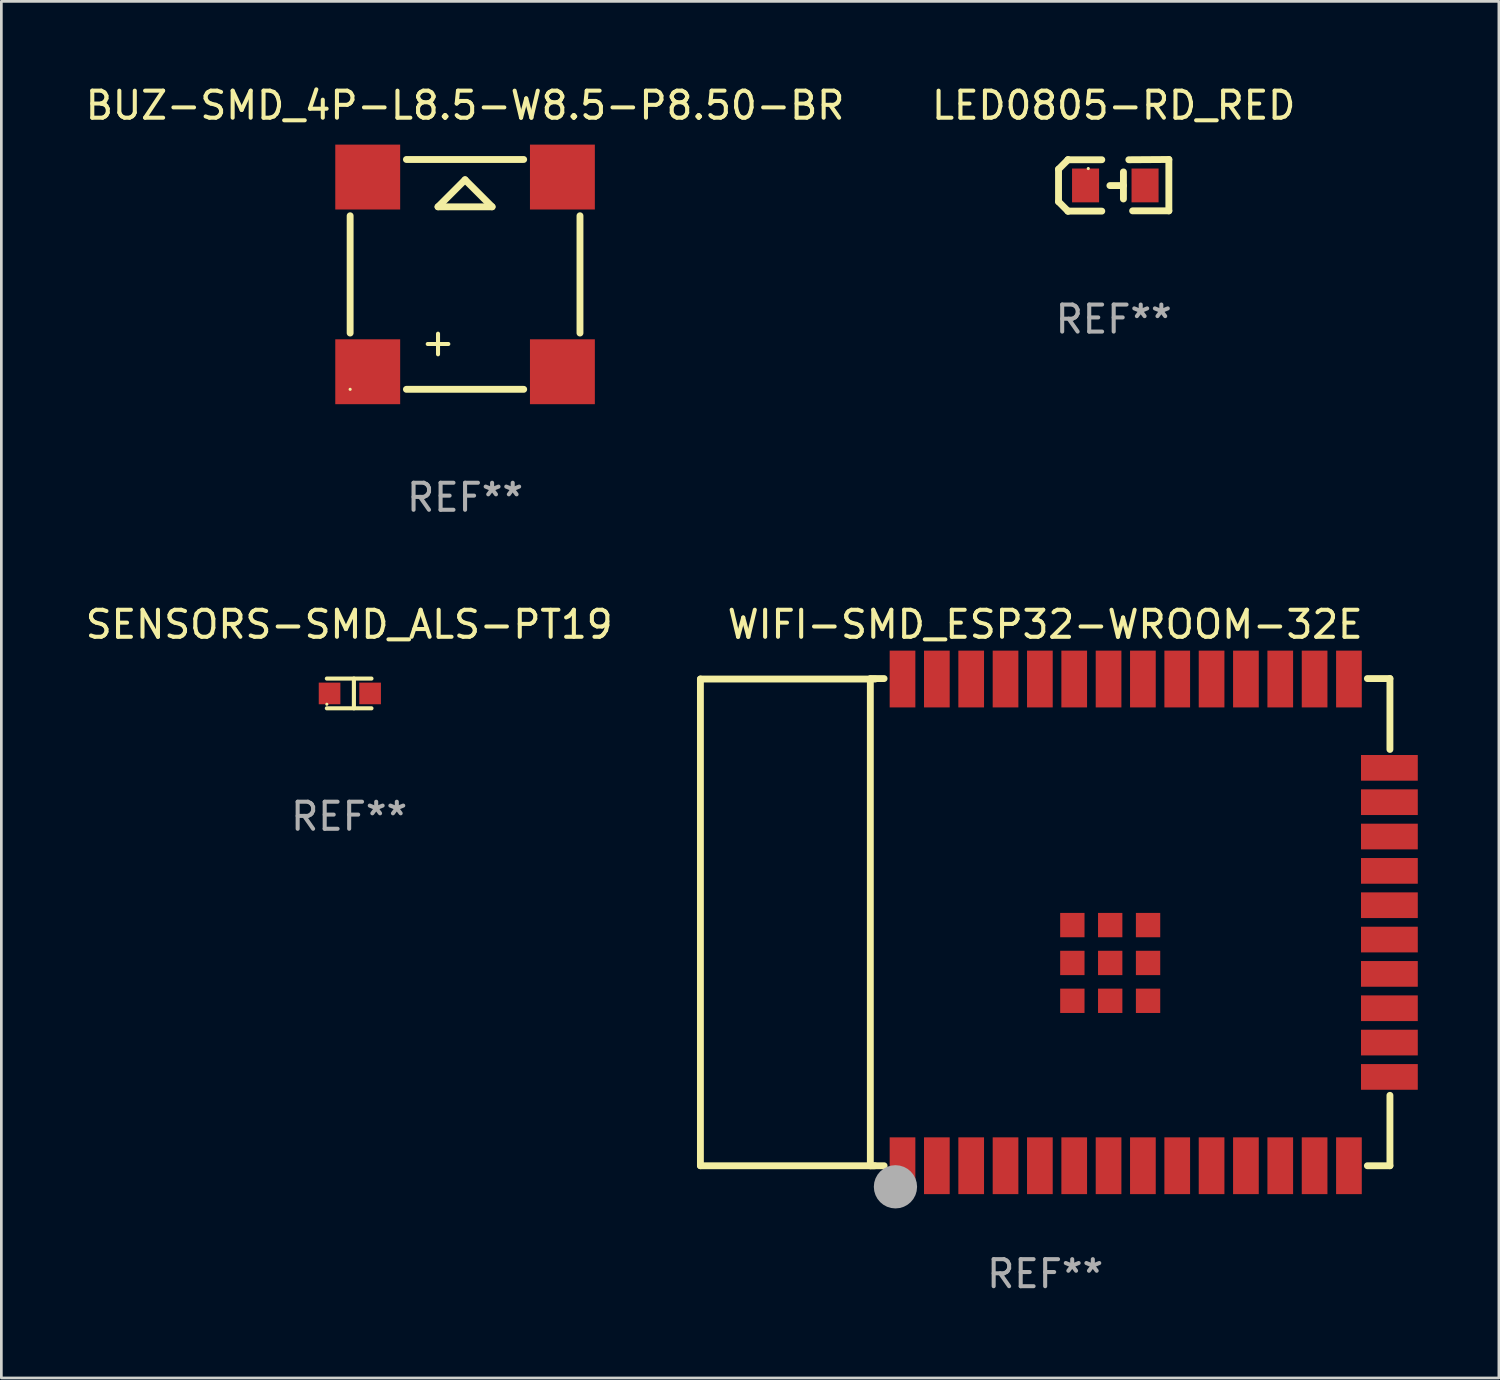
<source format=kicad_pcb>
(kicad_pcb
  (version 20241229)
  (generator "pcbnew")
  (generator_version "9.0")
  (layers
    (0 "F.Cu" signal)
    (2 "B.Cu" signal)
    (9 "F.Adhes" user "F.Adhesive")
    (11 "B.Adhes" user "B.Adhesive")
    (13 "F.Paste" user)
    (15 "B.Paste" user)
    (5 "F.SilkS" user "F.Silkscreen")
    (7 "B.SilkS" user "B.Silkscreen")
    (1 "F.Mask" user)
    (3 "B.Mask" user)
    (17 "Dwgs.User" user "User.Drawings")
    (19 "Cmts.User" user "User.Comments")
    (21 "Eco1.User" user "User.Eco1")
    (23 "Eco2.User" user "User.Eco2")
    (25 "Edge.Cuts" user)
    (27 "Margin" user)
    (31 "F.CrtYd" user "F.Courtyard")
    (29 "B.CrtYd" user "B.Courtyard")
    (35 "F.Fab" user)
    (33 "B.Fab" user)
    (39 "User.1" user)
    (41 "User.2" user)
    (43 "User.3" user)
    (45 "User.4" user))
  (footprint "BUZ-SMD_4P-L8.5-W8.5-P8.50-BR"
    (layer "F.Cu")
    (at 14.149 7.098)
    (property "Reference" "BUZ-SMD_4P-L8.5-W8.5-P8.50-BR" (at 0.000127 -6.25 0) (layer "F.SilkS") (effects (font (size 1 1) (thickness 0.15))))
    (attr through_hole)
    (fp_line (start -4.25 2.169) (end -4.25 -2.169) (stroke (width 0.254) (type solid)) (layer "F.SilkS"))
    (fp_line (start -2.169 -4.25) (end 2.168 -4.25) (stroke (width 0.254) (type solid)) (layer "F.SilkS"))
    (fp_line (start -1 -2.5) (end 1 -2.5) (stroke (width 0.254) (type solid)) (layer "F.SilkS"))
    (fp_line (start 0 -3.5) (end -1 -2.5) (stroke (width 0.254) (type solid)) (layer "F.SilkS"))
    (fp_line (start 1 -2.5) (end 0 -3.5) (stroke (width 0.254) (type solid)) (layer "F.SilkS"))
    (fp_line (start 2.169 4.25) (end -2.169 4.25) (stroke (width 0.254) (type solid)) (layer "F.SilkS"))
    (fp_line (start 4.25 -2.169) (end 4.25 2.169) (stroke (width 0.254) (type solid)) (layer "F.SilkS"))
    (fp_circle (center -4.25 4.25) (end -4.22 4.25) (stroke (width 0.06) (type solid)) (fill no) (layer "F.SilkS"))
    (fp_text user "+" (at -1 2.5 0) (layer "F.SilkS") (effects (font (size 1 1) (thickness 0.15))))
    (fp_text user "REF**" (at 0.000127 8.25 0) (layer "F.Fab") (effects (font (size 1 1) (thickness 0.15))))
    (pad "1" smd rect (at -3.6 3.6) (size 2.4 2.4) (layers "F.Cu" "F.Mask" "F.Paste"))
    (pad "2" smd rect (at 3.6 3.6) (size 2.4 2.4) (layers "F.Cu" "F.Mask" "F.Paste"))
    (pad "3" smd rect (at 3.6 -3.6) (size 2.4 2.4) (layers "F.Cu" "F.Mask" "F.Paste"))
    (pad "4" smd rect (at -3.6 -3.6) (size 2.4 2.4) (layers "F.Cu" "F.Mask" "F.Paste")))
  (footprint "WIFI-SMD_ESP32-WROOM-32E"
    (layer "F.Cu")
    (at 39.33 31.062)
    (property "Reference" "WIFI-SMD_ESP32-WROOM-32E" (at -3.727 -11.017 0) (layer "F.SilkS") (effects (font (size 1 1) (thickness 0.15))))
    (attr through_hole)
    (fp_line (start -16.477 -9) (end -16.477 9) (stroke (width 0.254) (type solid)) (layer "F.SilkS"))
    (fp_line (start -16.477 -9) (end -10.011 -9) (stroke (width 0.254) (type solid)) (layer "F.SilkS"))
    (fp_line (start -16.477 9) (end -10.027 9) (stroke (width 0.254) (type solid)) (layer "F.SilkS"))
    (fp_line (start -10.193 -9) (end -10.193 9) (stroke (width 0.254) (type solid)) (layer "F.SilkS"))
    (fp_line (start -10.193 9) (end -9.684 9) (stroke (width 0.254) (type solid)) (layer "F.SilkS"))
    (fp_line (start -9.684 -9.017) (end -10.193 -9.017) (stroke (width 0.254) (type solid)) (layer "F.SilkS"))
    (fp_line (start 8.189 9) (end 9.023 9) (stroke (width 0.254) (type solid)) (layer "F.SilkS"))
    (fp_line (start 9.023 -9.017) (end 8.189 -9.017) (stroke (width 0.254) (type solid)) (layer "F.SilkS"))
    (fp_line (start 9.023 -6.396) (end 9.023 -9.017) (stroke (width 0.254) (type solid)) (layer "F.SilkS"))
    (fp_line (start 9.023 9) (end 9.023 6.396) (stroke (width 0.254) (type solid)) (layer "F.SilkS"))
    (fp_circle (center -16.528 9) (end -16.498 9) (stroke (width 0.06) (type solid)) (fill no) (layer "F.SilkS"))
    (fp_circle (center -9.264 9.779) (end -8.864 9.779) (stroke (width 0.8) (type solid)) (fill no) (layer "F.Fab"))
    (fp_text user "REF**" (at -3.727 13 0) (layer "F.Fab") (effects (font (size 1 1) (thickness 0.15))))
    (pad "1" smd rect (at -9.003 9) (size 0.95 2.1) (layers "F.Cu" "F.Mask" "F.Paste"))
    (pad "2" smd rect (at -7.733 9) (size 0.95 2.1) (layers "F.Cu" "F.Mask" "F.Paste"))
    (pad "3" smd rect (at -6.463 9) (size 0.95 2.1) (layers "F.Cu" "F.Mask" "F.Paste"))
    (pad "4" smd rect (at -5.193 9) (size 0.95 2.1) (layers "F.Cu" "F.Mask" "F.Paste"))
    (pad "5" smd rect (at -3.923 9) (size 0.95 2.1) (layers "F.Cu" "F.Mask" "F.Paste"))
    (pad "6" smd rect (at -2.653 9) (size 0.95 2.1) (layers "F.Cu" "F.Mask" "F.Paste"))
    (pad "7" smd rect (at -1.383 9) (size 0.95 2.1) (layers "F.Cu" "F.Mask" "F.Paste"))
    (pad "8" smd rect (at -0.113 9) (size 0.95 2.1) (layers "F.Cu" "F.Mask" "F.Paste"))
    (pad "9" smd rect (at 1.157 9) (size 0.95 2.1) (layers "F.Cu" "F.Mask" "F.Paste"))
    (pad "10" smd rect (at 2.427 9) (size 0.95 2.1) (layers "F.Cu" "F.Mask" "F.Paste"))
    (pad "11" smd rect (at 3.697 9) (size 0.95 2.1) (layers "F.Cu" "F.Mask" "F.Paste"))
    (pad "12" smd rect (at 4.967 9) (size 0.95 2.1) (layers "F.Cu" "F.Mask" "F.Paste"))
    (pad "13" smd rect (at 6.237 9) (size 0.95 2.1) (layers "F.Cu" "F.Mask" "F.Paste"))
    (pad "14" smd rect (at 7.507 9) (size 0.95 2.1) (layers "F.Cu" "F.Mask" "F.Paste"))
    (pad "15" smd rect (at 9.003 5.715) (size 2.1 0.95) (layers "F.Cu" "F.Mask" "F.Paste"))
    (pad "16" smd rect (at 9.003 4.445) (size 2.1 0.95) (layers "F.Cu" "F.Mask" "F.Paste"))
    (pad "17" smd rect (at 9.003 3.175) (size 2.1 0.95) (layers "F.Cu" "F.Mask" "F.Paste"))
    (pad "18" smd rect (at 9.003 1.905) (size 2.1 0.95) (layers "F.Cu" "F.Mask" "F.Paste"))
    (pad "19" smd rect (at 9.003 0.635) (size 2.1 0.95) (layers "F.Cu" "F.Mask" "F.Paste"))
    (pad "20" smd rect (at 9.003 -0.635) (size 2.1 0.95) (layers "F.Cu" "F.Mask" "F.Paste"))
    (pad "21" smd rect (at 9.003 -1.905) (size 2.1 0.95) (layers "F.Cu" "F.Mask" "F.Paste"))
    (pad "22" smd rect (at 9.003 -3.175) (size 2.1 0.95) (layers "F.Cu" "F.Mask" "F.Paste"))
    (pad "23" smd rect (at 9.003 -4.445) (size 2.1 0.95) (layers "F.Cu" "F.Mask" "F.Paste"))
    (pad "24" smd rect (at 9.003 -5.715) (size 2.1 0.95) (layers "F.Cu" "F.Mask" "F.Paste"))
    (pad "25" smd rect (at 7.507 -9) (size 0.95 2.1) (layers "F.Cu" "F.Mask" "F.Paste"))
    (pad "26" smd rect (at 6.237 -9) (size 0.95 2.1) (layers "F.Cu" "F.Mask" "F.Paste"))
    (pad "27" smd rect (at 4.967 -9) (size 0.95 2.1) (layers "F.Cu" "F.Mask" "F.Paste"))
    (pad "28" smd rect (at 3.697 -9) (size 0.95 2.1) (layers "F.Cu" "F.Mask" "F.Paste"))
    (pad "29" smd rect (at 2.427 -9) (size 0.95 2.1) (layers "F.Cu" "F.Mask" "F.Paste"))
    (pad "30" smd rect (at 1.157 -9) (size 0.95 2.1) (layers "F.Cu" "F.Mask" "F.Paste"))
    (pad "31" smd rect (at -0.113 -9) (size 0.95 2.1) (layers "F.Cu" "F.Mask" "F.Paste"))
    (pad "32" smd rect (at -1.383 -9) (size 0.95 2.1) (layers "F.Cu" "F.Mask" "F.Paste"))
    (pad "33" smd rect (at -2.653 -9) (size 0.95 2.1) (layers "F.Cu" "F.Mask" "F.Paste"))
    (pad "34" smd rect (at -3.923 -9) (size 0.95 2.1) (layers "F.Cu" "F.Mask" "F.Paste"))
    (pad "35" smd rect (at -5.193 -9) (size 0.95 2.1) (layers "F.Cu" "F.Mask" "F.Paste"))
    (pad "36" smd rect (at -6.463 -9) (size 0.95 2.1) (layers "F.Cu" "F.Mask" "F.Paste"))
    (pad "37" smd rect (at -7.733 -9) (size 0.95 2.1) (layers "F.Cu" "F.Mask" "F.Paste"))
    (pad "38" smd rect (at -9.003 -9) (size 0.95 2.1) (layers "F.Cu" "F.Mask" "F.Paste"))
    (pad "39" smd rect (at -2.722 0.1 180) (size 0.9 0.9) (layers "F.Cu" "F.Mask" "F.Paste"))
    (pad "39" smd rect (at -2.722 1.5 180) (size 0.9 0.9) (layers "F.Cu" "F.Mask" "F.Paste"))
    (pad "39" smd rect (at -2.722 2.9 180) (size 0.9 0.9) (layers "F.Cu" "F.Mask" "F.Paste"))
    (pad "39" smd rect (at -1.322 0.1 180) (size 0.9 0.9) (layers "F.Cu" "F.Mask" "F.Paste"))
    (pad "39" smd rect (at -1.322 1.5 180) (size 0.9 0.9) (layers "F.Cu" "F.Mask" "F.Paste"))
    (pad "39" smd rect (at -1.322 2.9 180) (size 0.9 0.9) (layers "F.Cu" "F.Mask" "F.Paste"))
    (pad "39" smd rect (at 0.078 0.1 180) (size 0.9 0.9) (layers "F.Cu" "F.Mask" "F.Paste"))
    (pad "39" smd rect (at 0.078 1.5 180) (size 0.9 0.9) (layers "F.Cu" "F.Mask" "F.Paste"))
    (pad "39" smd rect (at 0.078 2.9 180) (size 0.9 0.9) (layers "F.Cu" "F.Mask" "F.Paste")))
  (footprint "SENSORS-SMD_ALS-PT19"
    (layer "F.Cu")
    (at 9.888 22.595)
    (property "Reference" "SENSORS-SMD_ALS-PT19" (at -0.025 -2.55 0) (layer "F.SilkS") (effects (font (size 1 1) (thickness 0.15))))
    (attr through_hole)
    (fp_line (start -0.85 -0.55) (end 0.8 -0.55) (stroke (width 0.152) (type solid)) (layer "F.SilkS"))
    (fp_line (start -0.85 0.55) (end 0.8 0.55) (stroke (width 0.152) (type solid)) (layer "F.SilkS"))
    (fp_line (start 0.15 -0.55) (end 0.15 0.55) (stroke (width 0.152) (type solid)) (layer "F.SilkS"))
    (fp_circle (center -0.85 0.4) (end -0.82 0.4) (stroke (width 0.06) (type solid)) (fill no) (layer "F.SilkS"))
    (fp_text user "REF**" (at -0.025 4.55 0) (layer "F.Fab") (effects (font (size 1 1) (thickness 0.15))))
    (pad "1" smd rect (at -0.75 0 180) (size 0.8 0.8) (layers "F.Cu" "F.Mask" "F.Paste"))
    (pad "2" smd rect (at 0.75 0 180) (size 0.8 0.8) (layers "F.Cu" "F.Mask" "F.Paste")))
  (footprint "LED0805-RD_RED"
    (layer "F.Cu")
    (at 38.197 3.808)
    (property "Reference" "LED0805-RD_RED" (at -0.06 -2.96 0) (layer "F.SilkS") (effects (font (size 1 1) (thickness 0.15))))
    (attr through_hole)
    (fp_line (start -2.1 -0.6) (end -2.1 0.6) (stroke (width 0.254) (type solid)) (layer "F.SilkS"))
    (fp_line (start -1.75 -0.95) (end -1.75 -0.95) (stroke (width 0.254) (type solid)) (layer "F.SilkS"))
    (fp_line (start -1.75 -0.95) (end -2.1 -0.6) (stroke (width 0.254) (type solid)) (layer "F.SilkS"))
    (fp_line (start -1.75 0.95) (end -2.1 0.6) (stroke (width 0.254) (type solid)) (layer "F.SilkS"))
    (fp_line (start -1.75 0.95) (end -1.75 0.95) (stroke (width 0.254) (type solid)) (layer "F.SilkS"))
    (fp_line (start -0.5 -0.95) (end -1.75 -0.95) (stroke (width 0.254) (type solid)) (layer "F.SilkS"))
    (fp_line (start -0.5 0.95) (end -1.75 0.95) (stroke (width 0.254) (type solid)) (layer "F.SilkS"))
    (fp_line (start 0.3 -0.5) (end 0.3 0.5) (stroke (width 0.254) (type solid)) (layer "F.SilkS"))
    (fp_line (start 0.3 0.005) (end -0.2 0.005) (stroke (width 0.254) (type solid)) (layer "F.SilkS"))
    (fp_line (start 0.5 -0.95) (end 1.98 -0.96) (stroke (width 0.254) (type solid)) (layer "F.SilkS"))
    (fp_line (start 0.64 0.94) (end 1.98 0.94) (stroke (width 0.254) (type solid)) (layer "F.SilkS"))
    (fp_line (start 1.98 -0.96) (end 1.98 0.94) (stroke (width 0.254) (type solid)) (layer "F.SilkS"))
    (fp_circle (center -1 -0.625) (end -0.97 -0.625) (stroke (width 0.06) (type solid)) (fill no) (layer "F.SilkS"))
    (fp_text user "REF**" (at -0.06 4.95 0) (layer "F.Fab") (effects (font (size 1 1) (thickness 0.15))))
    (pad "1" smd rect (at -1.1 -0.000102 180) (size 1 1.25) (layers "F.Cu" "F.Mask" "F.Paste"))
    (pad "2" smd rect (at 1.1 -0.000102 180) (size 1 1.25) (layers "F.Cu" "F.Mask" "F.Paste")))
  (gr_rect
    (start -3 -3)
    (end 52.382 47.91)
    (stroke (width 0.1) (type default))
    (fill no)
    (layer "Edge.Cuts")))
</source>
